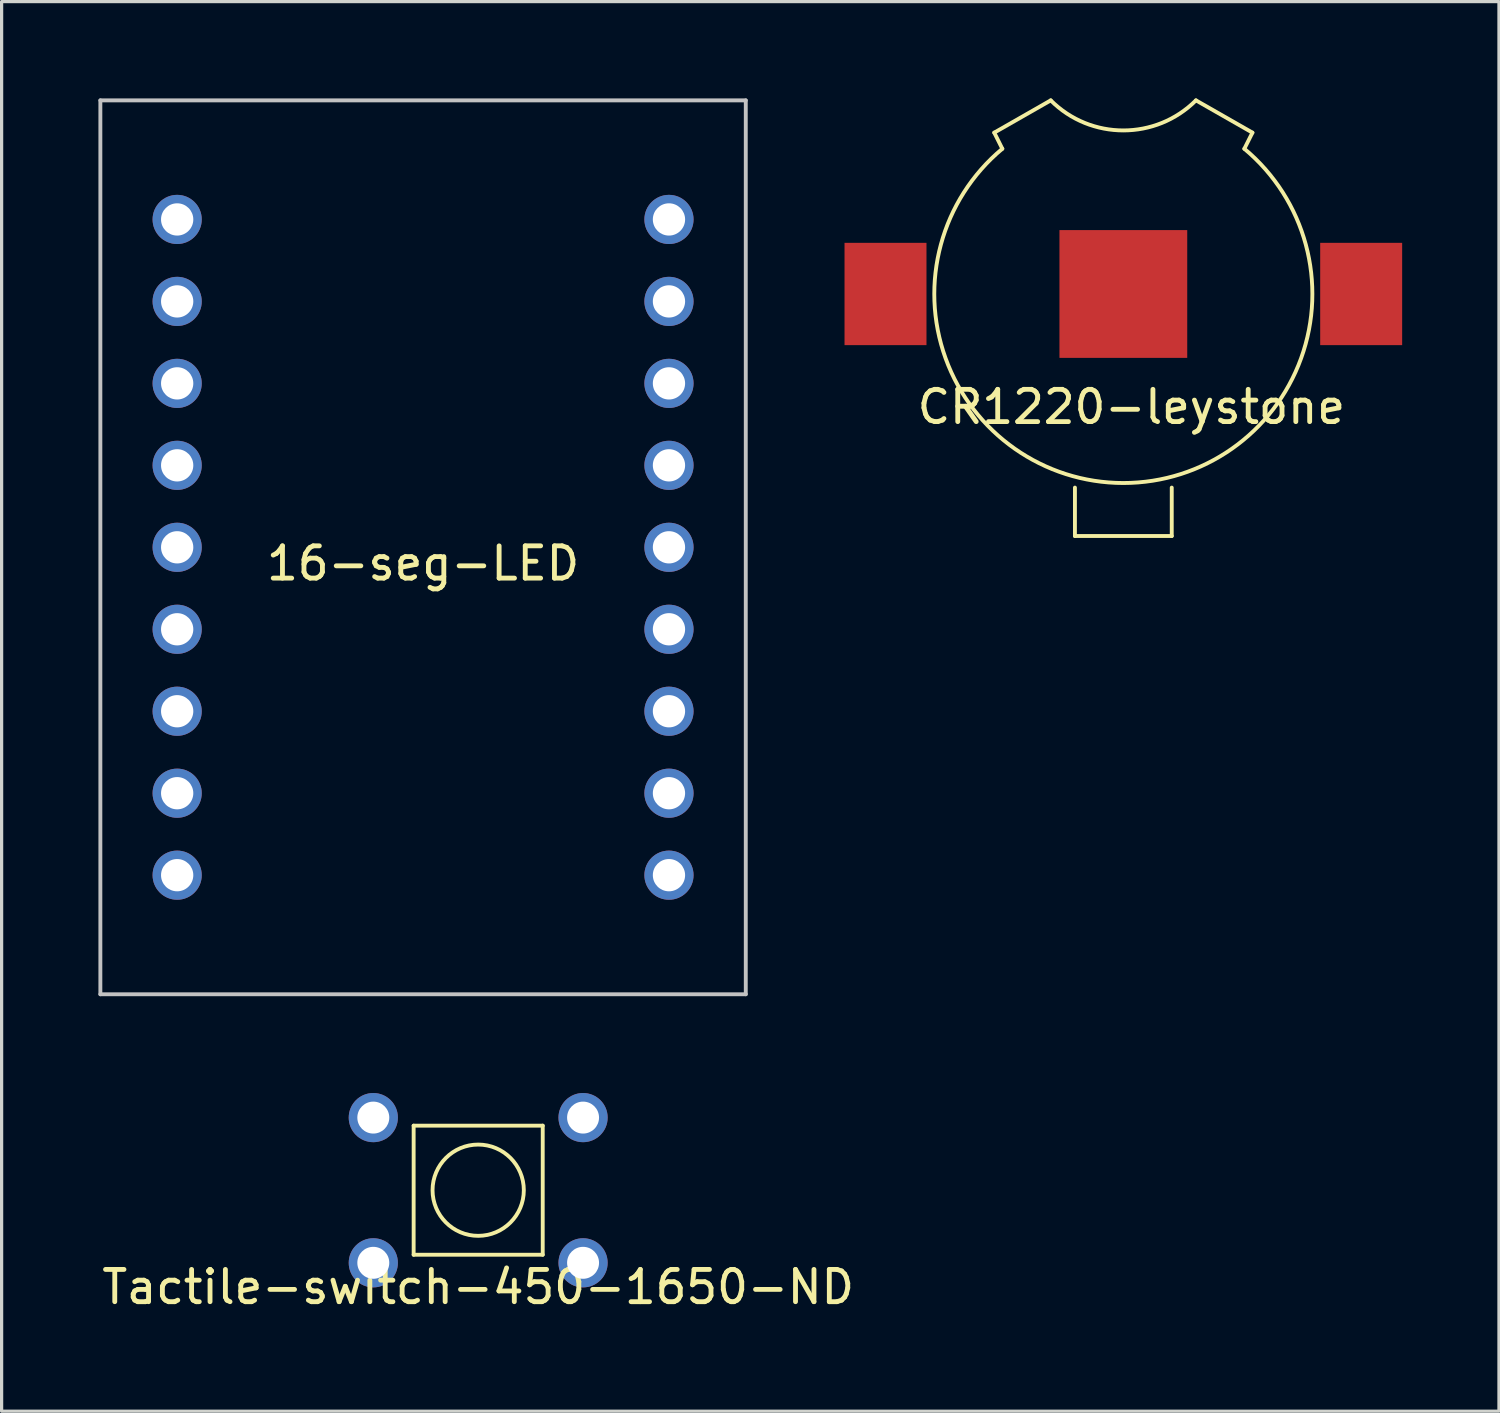
<source format=kicad_pcb>
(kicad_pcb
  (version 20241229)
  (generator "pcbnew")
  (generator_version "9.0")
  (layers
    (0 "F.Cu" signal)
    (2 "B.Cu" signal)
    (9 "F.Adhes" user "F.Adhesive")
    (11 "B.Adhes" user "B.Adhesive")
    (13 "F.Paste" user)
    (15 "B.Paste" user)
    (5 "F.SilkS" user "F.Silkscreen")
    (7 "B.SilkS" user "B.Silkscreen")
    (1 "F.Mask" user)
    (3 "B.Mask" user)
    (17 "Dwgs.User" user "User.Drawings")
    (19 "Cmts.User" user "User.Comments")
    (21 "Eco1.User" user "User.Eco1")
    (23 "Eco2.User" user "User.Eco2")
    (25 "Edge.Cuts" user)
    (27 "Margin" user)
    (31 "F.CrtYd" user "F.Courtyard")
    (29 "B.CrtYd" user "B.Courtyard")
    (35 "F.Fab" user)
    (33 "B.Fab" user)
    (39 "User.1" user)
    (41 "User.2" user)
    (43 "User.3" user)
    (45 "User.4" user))
  (footprint "CR1220-leystone"
    (layer "F.Cu")
    (at 31.76 6.06)
    (property "Reference" "CR1220-leystone" (at 0.25 3.5 0) (layer "F.SilkS") (effects (font (size 1 1) (thickness 0.15))))
    (attr through_hole)
    (fp_line (start -4 -5) (end -3.75 -4.5) (stroke (width 0.12) (type solid)) (layer "F.SilkS"))
    (fp_line (start -2.25 -6) (end -4 -5) (stroke (width 0.12) (type solid)) (layer "F.SilkS"))
    (fp_line (start -1.5 6) (end -1.5 7.5) (stroke (width 0.12) (type solid)) (layer "F.SilkS"))
    (fp_line (start -1.5 7.5) (end 1.5 7.5) (stroke (width 0.12) (type solid)) (layer "F.SilkS"))
    (fp_line (start 1.5 7.5) (end 1.5 6) (stroke (width 0.12) (type solid)) (layer "F.SilkS"))
    (fp_line (start 2.25 -6) (end 4 -5) (stroke (width 0.12) (type solid)) (layer "F.SilkS"))
    (fp_line (start 4 -5) (end 3.75 -4.5) (stroke (width 0.12) (type solid)) (layer "F.SilkS"))
    (fp_arc (start 2.249999 -6.000001) (mid 0 -5.068021) (end -2.249999 -6.000001) (stroke (width 0.12) (type solid)) (layer "F.SilkS"))
    (fp_arc (start 3.749999 -4.499999) (mid 0 5.857686) (end -3.749999 -4.499999) (stroke (width 0.12) (type solid)) (layer "F.SilkS"))
    (pad "1" smd rect (at -7.37 0) (size 2.54 3.17) (layers "F.Cu" "F.Mask" "F.Paste"))
    (pad "1" smd rect (at 7.37 0) (size 2.54 3.17) (layers "F.Cu" "F.Mask" "F.Paste"))
    (pad "2" smd rect (at 0 0) (size 3.96 3.96) (layers "F.Cu" "F.Mask" "F.Paste")))
  (footprint "Tactile-switch-450-1650-ND"
    (layer "F.Cu")
    (at 11.768 33.832)
    (property "Reference" "Tactile-switch-450-1650-ND" (at 0 3 0) (layer "F.SilkS") (effects (font (size 1 1) (thickness 0.15))))
    (attr through_hole)
    (fp_line (start -2 -2) (end -2 2) (stroke (width 0.12) (type solid)) (layer "F.SilkS"))
    (fp_line (start -2 2) (end 2 2) (stroke (width 0.12) (type solid)) (layer "F.SilkS"))
    (fp_line (start 2 -2) (end -2 -2) (stroke (width 0.12) (type solid)) (layer "F.SilkS"))
    (fp_line (start 2 2) (end 2 -2) (stroke (width 0.12) (type solid)) (layer "F.SilkS"))
    (fp_circle (center 0 0) (end 1 -1) (stroke (width 0.12) (type solid)) (fill no) (layer "F.SilkS"))
    (pad "1" thru_hole circle (at -3.25 -2.25) (size 1.524 1.524) (drill 0.99) (layers "*.Cu" "*.Mask"))
    (pad "2" thru_hole circle (at 3.25 -2.25) (size 1.524 1.524) (drill 0.99) (layers "*.Cu" "*.Mask"))
    (pad "3" thru_hole circle (at -3.25 2.25) (size 1.524 1.524) (drill 0.99) (layers "*.Cu" "*.Mask"))
    (pad "4" thru_hole circle (at 3.25 2.25) (size 1.524 1.524) (drill 0.99) (layers "*.Cu" "*.Mask")))
  (footprint "16-seg-LED"
    (layer "F.Cu")
    (at 10.06 13.91)
    (property "Reference" "16-seg-LED" (at 0 0.5 0) (layer "F.SilkS") (effects (font (size 1 1) (thickness 0.15))))
    (attr through_hole)
    (fp_line (start -10 -13.85) (end 10 -13.85) (stroke (width 0.12) (type solid)) (layer "Dwgs.User"))
    (fp_line (start -10 13.85) (end -10 -13.85) (stroke (width 0.12) (type solid)) (layer "Dwgs.User"))
    (fp_line (start 10 -13.85) (end 10 13.85) (stroke (width 0.12) (type solid)) (layer "Dwgs.User"))
    (fp_line (start 10 13.85) (end -10 13.85) (stroke (width 0.12) (type solid)) (layer "Dwgs.User"))
    (pad "1" thru_hole circle (at -7.62 -10.16) (size 1.524 1.524) (drill 1) (layers "*.Cu" "*.Mask"))
    (pad "2" thru_hole circle (at -7.62 -7.62) (size 1.524 1.524) (drill 1) (layers "*.Cu" "*.Mask"))
    (pad "3" thru_hole circle (at -7.62 -5.08) (size 1.524 1.524) (drill 1) (layers "*.Cu" "*.Mask"))
    (pad "4" thru_hole circle (at -7.62 -2.54) (size 1.524 1.524) (drill 1) (layers "*.Cu" "*.Mask"))
    (pad "5" thru_hole circle (at -7.62 0) (size 1.524 1.524) (drill 1) (layers "*.Cu" "*.Mask"))
    (pad "6" thru_hole circle (at -7.62 2.54) (size 1.524 1.524) (drill 1) (layers "*.Cu" "*.Mask"))
    (pad "7" thru_hole circle (at -7.62 5.08) (size 1.524 1.524) (drill 1) (layers "*.Cu" "*.Mask"))
    (pad "8" thru_hole circle (at -7.62 7.62) (size 1.524 1.524) (drill 1) (layers "*.Cu" "*.Mask"))
    (pad "9" thru_hole circle (at -7.62 10.16) (size 1.524 1.524) (drill 1) (layers "*.Cu" "*.Mask"))
    (pad "10" thru_hole circle (at 7.62 10.16) (size 1.524 1.524) (drill 1) (layers "*.Cu" "*.Mask"))
    (pad "11" thru_hole circle (at 7.62 7.62) (size 1.524 1.524) (drill 1) (layers "*.Cu" "*.Mask"))
    (pad "12" thru_hole circle (at 7.62 5.08) (size 1.524 1.524) (drill 1) (layers "*.Cu" "*.Mask"))
    (pad "13" thru_hole circle (at 7.62 2.54) (size 1.524 1.524) (drill 1) (layers "*.Cu" "*.Mask"))
    (pad "14" thru_hole circle (at 7.62 0) (size 1.524 1.524) (drill 1) (layers "*.Cu" "*.Mask"))
    (pad "15" thru_hole circle (at 7.62 -2.54) (size 1.524 1.524) (drill 1) (layers "*.Cu" "*.Mask"))
    (pad "16" thru_hole circle (at 7.62 -5.08) (size 1.524 1.524) (drill 1) (layers "*.Cu" "*.Mask"))
    (pad "17" thru_hole circle (at 7.62 -7.62) (size 1.524 1.524) (drill 1) (layers "*.Cu" "*.Mask"))
    (pad "18" thru_hole circle (at 7.62 -10.16) (size 1.524 1.524) (drill 1) (layers "*.Cu" "*.Mask")))
  (gr_rect
    (start -3 -3)
    (end 43.4 40.68)
    (stroke (width 0.1) (type default))
    (fill no)
    (layer "Edge.Cuts")))
</source>
